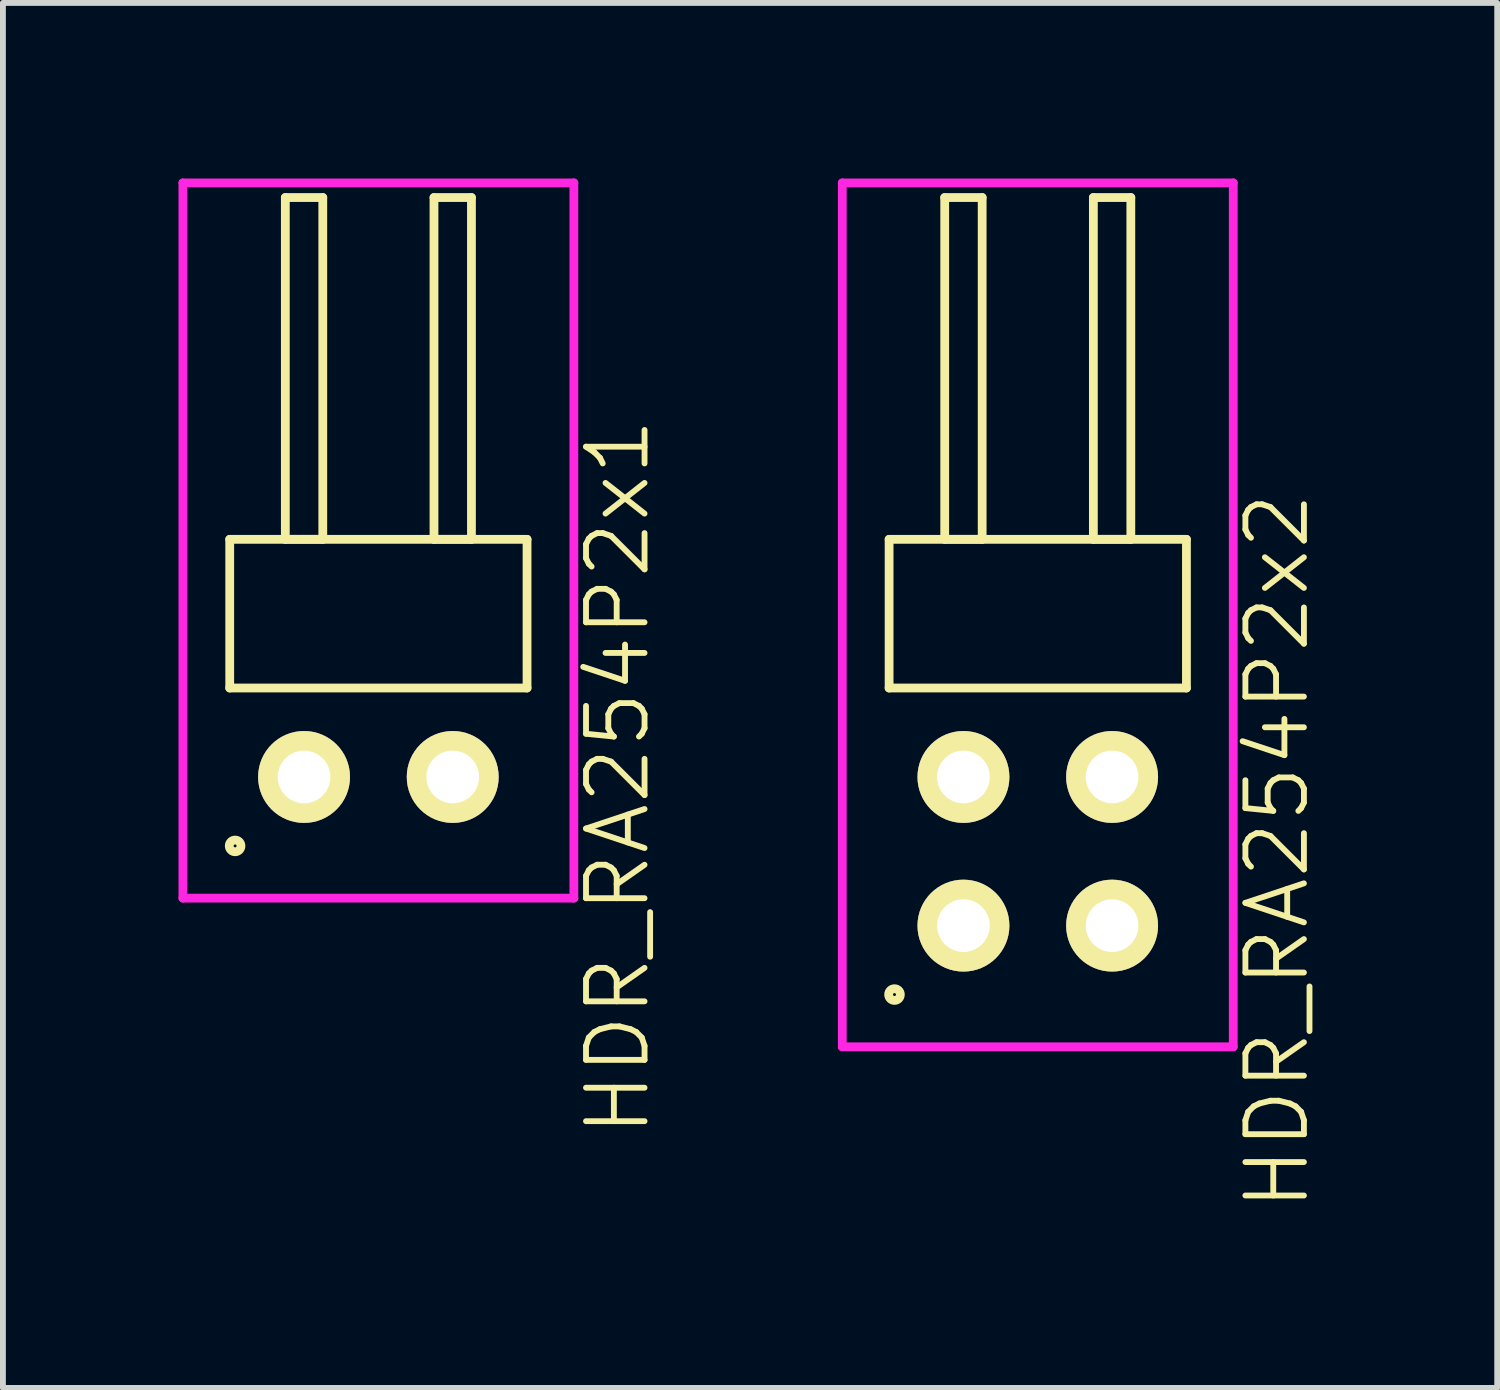
<source format=kicad_pcb>
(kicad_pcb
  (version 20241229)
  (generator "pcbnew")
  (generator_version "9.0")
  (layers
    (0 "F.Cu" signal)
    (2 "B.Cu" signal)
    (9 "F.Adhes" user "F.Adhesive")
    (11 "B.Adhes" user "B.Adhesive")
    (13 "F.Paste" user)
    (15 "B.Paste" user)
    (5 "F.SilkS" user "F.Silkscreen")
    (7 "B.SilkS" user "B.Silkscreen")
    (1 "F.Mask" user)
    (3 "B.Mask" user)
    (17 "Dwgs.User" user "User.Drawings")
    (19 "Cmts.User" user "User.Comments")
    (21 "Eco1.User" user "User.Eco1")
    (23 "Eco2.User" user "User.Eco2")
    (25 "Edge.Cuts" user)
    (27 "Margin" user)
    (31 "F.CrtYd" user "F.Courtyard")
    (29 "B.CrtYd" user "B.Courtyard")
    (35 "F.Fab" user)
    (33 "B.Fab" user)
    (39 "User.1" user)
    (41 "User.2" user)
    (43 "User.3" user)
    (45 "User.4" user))
  (footprint "HDR_RA254P2x1"
    (layer "F.Cu")
    (at 3.415 10.225)
    (property "Reference" "HDR_RA254P2x1" (at 4.09 0 90) (layer "F.SilkS") (effects (font (size 1 1) (thickness 0.1))))
    (attr through_hole)
    (fp_line (start -2.54 -4.06) (end -2.54 -1.52) (stroke (width 0.15) (type solid)) (layer "F.SilkS"))
    (fp_line (start -2.54 -1.52) (end 2.54 -1.52) (stroke (width 0.15) (type solid)) (layer "F.SilkS"))
    (fp_line (start -1.59 -9.9) (end -1.59 -4.06) (stroke (width 0.15) (type solid)) (layer "F.SilkS"))
    (fp_line (start -1.59 -4.06) (end -0.95 -4.06) (stroke (width 0.15) (type solid)) (layer "F.SilkS"))
    (fp_line (start -0.95 -9.9) (end -1.59 -9.9) (stroke (width 0.15) (type solid)) (layer "F.SilkS"))
    (fp_line (start -0.95 -4.06) (end -0.95 -9.9) (stroke (width 0.15) (type solid)) (layer "F.SilkS"))
    (fp_line (start 0.95 -9.9) (end 0.95 -4.06) (stroke (width 0.15) (type solid)) (layer "F.SilkS"))
    (fp_line (start 0.95 -4.06) (end 1.59 -4.06) (stroke (width 0.15) (type solid)) (layer "F.SilkS"))
    (fp_line (start 1.59 -9.9) (end 0.95 -9.9) (stroke (width 0.15) (type solid)) (layer "F.SilkS"))
    (fp_line (start 1.59 -4.06) (end 1.59 -9.9) (stroke (width 0.15) (type solid)) (layer "F.SilkS"))
    (fp_line (start 2.54 -4.06) (end -2.54 -4.06) (stroke (width 0.15) (type solid)) (layer "F.SilkS"))
    (fp_line (start 2.54 -1.52) (end 2.54 -4.06) (stroke (width 0.15) (type solid)) (layer "F.SilkS"))
    (fp_circle (center -2.448 1.178) (end -2.348 1.178) (stroke (width 0.15) (type solid)) (fill no) (layer "F.SilkS"))
    (fp_line (start -3.34 -10.15) (end -3.34 2.07) (stroke (width 0.15) (type solid)) (layer "F.CrtYd"))
    (fp_line (start -3.34 2.07) (end 3.34 2.07) (stroke (width 0.15) (type solid)) (layer "F.CrtYd"))
    (fp_line (start 3.34 -10.15) (end -3.34 -10.15) (stroke (width 0.15) (type solid)) (layer "F.CrtYd"))
    (fp_line (start 3.34 2.07) (end 3.34 -10.15) (stroke (width 0.15) (type solid)) (layer "F.CrtYd"))
    (pad "1" thru_hole oval (at -1.27 0) (size 1.57 1.57) (drill 0.9) (layers "*.Cu" "*.Mask" "F.SilkS"))
    (pad "2" thru_hole oval (at 1.27 0) (size 1.57 1.57) (drill 0.9) (layers "*.Cu" "*.Mask" "F.SilkS")))
  (footprint "HDR_RA254P2x2"
    (layer "F.Cu")
    (at 14.681 11.495)
    (property "Reference" "HDR_RA254P2x2" (at 4.09 0 90) (layer "F.SilkS") (effects (font (size 1 1) (thickness 0.1))))
    (attr through_hole)
    (fp_line (start -2.54 -5.33) (end -2.54 -2.79) (stroke (width 0.15) (type solid)) (layer "F.SilkS"))
    (fp_line (start -2.54 -2.79) (end 2.54 -2.79) (stroke (width 0.15) (type solid)) (layer "F.SilkS"))
    (fp_line (start -1.59 -11.17) (end -1.59 -5.33) (stroke (width 0.15) (type solid)) (layer "F.SilkS"))
    (fp_line (start -1.59 -5.33) (end -0.95 -5.33) (stroke (width 0.15) (type solid)) (layer "F.SilkS"))
    (fp_line (start -0.95 -11.17) (end -1.59 -11.17) (stroke (width 0.15) (type solid)) (layer "F.SilkS"))
    (fp_line (start -0.95 -5.33) (end -0.95 -11.17) (stroke (width 0.15) (type solid)) (layer "F.SilkS"))
    (fp_line (start 0.95 -11.17) (end 0.95 -5.33) (stroke (width 0.15) (type solid)) (layer "F.SilkS"))
    (fp_line (start 0.95 -5.33) (end 1.59 -5.33) (stroke (width 0.15) (type solid)) (layer "F.SilkS"))
    (fp_line (start 1.59 -11.17) (end 0.95 -11.17) (stroke (width 0.15) (type solid)) (layer "F.SilkS"))
    (fp_line (start 1.59 -5.33) (end 1.59 -11.17) (stroke (width 0.15) (type solid)) (layer "F.SilkS"))
    (fp_line (start 2.54 -5.33) (end -2.54 -5.33) (stroke (width 0.15) (type solid)) (layer "F.SilkS"))
    (fp_line (start 2.54 -2.79) (end 2.54 -5.33) (stroke (width 0.15) (type solid)) (layer "F.SilkS"))
    (fp_circle (center -2.448 2.448) (end -2.348 2.448) (stroke (width 0.15) (type solid)) (fill no) (layer "F.SilkS"))
    (fp_line (start -3.34 -11.42) (end -3.34 3.34) (stroke (width 0.15) (type solid)) (layer "F.CrtYd"))
    (fp_line (start -3.34 3.34) (end 3.34 3.34) (stroke (width 0.15) (type solid)) (layer "F.CrtYd"))
    (fp_line (start 3.34 -11.42) (end -3.34 -11.42) (stroke (width 0.15) (type solid)) (layer "F.CrtYd"))
    (fp_line (start 3.34 3.34) (end 3.34 -11.42) (stroke (width 0.15) (type solid)) (layer "F.CrtYd"))
    (pad "1" thru_hole oval (at -1.27 1.27) (size 1.57 1.57) (drill 0.9) (layers "*.Cu" "*.Mask" "F.SilkS"))
    (pad "2" thru_hole oval (at -1.27 -1.27) (size 1.57 1.57) (drill 0.9) (layers "*.Cu" "*.Mask" "F.SilkS"))
    (pad "3" thru_hole oval (at 1.27 1.27) (size 1.57 1.57) (drill 0.9) (layers "*.Cu" "*.Mask" "F.SilkS"))
    (pad "4" thru_hole oval (at 1.27 -1.27) (size 1.57 1.57) (drill 0.9) (layers "*.Cu" "*.Mask" "F.SilkS")))
  (gr_rect
    (start -3 -3)
    (end 22.531 20.664)
    (stroke (width 0.1) (type default))
    (fill no)
    (layer "Edge.Cuts")))
</source>
